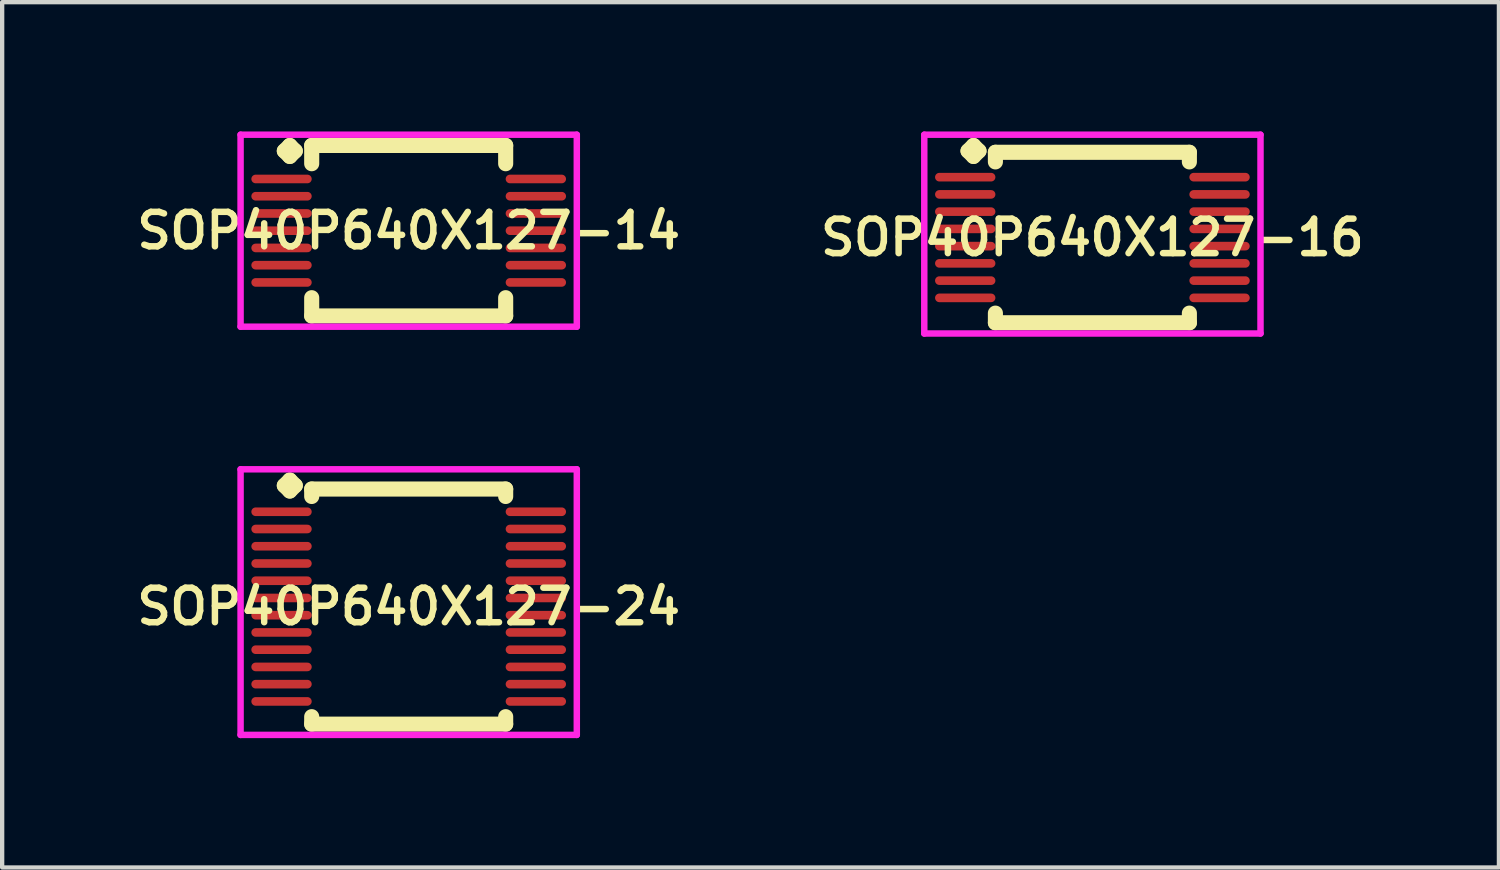
<source format=kicad_pcb>
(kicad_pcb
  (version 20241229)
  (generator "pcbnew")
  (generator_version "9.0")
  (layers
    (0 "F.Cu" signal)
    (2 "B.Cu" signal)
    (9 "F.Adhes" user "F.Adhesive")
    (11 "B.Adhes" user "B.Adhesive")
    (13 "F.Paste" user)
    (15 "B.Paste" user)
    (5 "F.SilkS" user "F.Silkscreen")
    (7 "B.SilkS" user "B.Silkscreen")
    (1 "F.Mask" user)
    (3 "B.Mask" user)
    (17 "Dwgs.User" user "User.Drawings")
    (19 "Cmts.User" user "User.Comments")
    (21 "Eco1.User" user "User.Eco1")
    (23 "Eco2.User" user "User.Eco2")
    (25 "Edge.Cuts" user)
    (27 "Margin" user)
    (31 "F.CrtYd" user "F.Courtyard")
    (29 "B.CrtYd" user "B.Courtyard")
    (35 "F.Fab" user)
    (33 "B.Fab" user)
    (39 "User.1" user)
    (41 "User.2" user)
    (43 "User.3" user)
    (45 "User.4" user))
  (footprint "SOP40P640X127-24"
    (layer "F.Cu")
    (at 6.431 11.022)
    (property "Reference" "SOP40P640X127-24" (at 0 0 0) (layer "F.SilkS") (effects (font (size 0.8 0.8) (thickness 0.15))))
    (attr smd)
    (fp_line (start -2.885 -2.808) (end -2.758 -2.935) (stroke (width 0.35) (type solid)) (layer "F.SilkS"))
    (fp_line (start -2.758 -2.935) (end -2.631 -2.808) (stroke (width 0.35) (type solid)) (layer "F.SilkS"))
    (fp_line (start -2.758 -2.681) (end -2.885 -2.808) (stroke (width 0.35) (type solid)) (layer "F.SilkS"))
    (fp_line (start -2.631 -2.808) (end -2.758 -2.681) (stroke (width 0.35) (type solid)) (layer "F.SilkS"))
    (fp_line (start -2.25 -2.727) (end 2.25 -2.727) (stroke (width 0.35) (type solid)) (layer "F.SilkS"))
    (fp_line (start -2.25 -2.554) (end -2.25 -2.727) (stroke (width 0.35) (type solid)) (layer "F.SilkS"))
    (fp_line (start -2.25 2.554) (end -2.25 2.727) (stroke (width 0.35) (type solid)) (layer "F.SilkS"))
    (fp_line (start -2.25 2.727) (end 2.25 2.727) (stroke (width 0.35) (type solid)) (layer "F.SilkS"))
    (fp_line (start 2.25 -2.727) (end 2.25 -2.554) (stroke (width 0.35) (type solid)) (layer "F.SilkS"))
    (fp_line (start 2.25 2.727) (end 2.25 2.554) (stroke (width 0.35) (type solid)) (layer "F.SilkS"))
    (fp_line (start -3.9 -3.185) (end 3.9 -3.185) (stroke (width 0.15) (type solid)) (layer "F.CrtYd"))
    (fp_line (start -3.9 2.977) (end -3.9 -3.185) (stroke (width 0.15) (type solid)) (layer "F.CrtYd"))
    (fp_line (start 3.9 -3.185) (end 3.9 2.977) (stroke (width 0.15) (type solid)) (layer "F.CrtYd"))
    (fp_line (start 3.9 2.977) (end -3.9 2.977) (stroke (width 0.15) (type solid)) (layer "F.CrtYd"))
    (pad "1" smd oval (at -2.95 -2.2) (size 1.4 0.2) (layers "F.Cu" "F.Mask" "F.Paste"))
    (pad "2" smd oval (at -2.95 -1.8) (size 1.4 0.2) (layers "F.Cu" "F.Mask" "F.Paste"))
    (pad "3" smd oval (at -2.95 -1.4) (size 1.4 0.2) (layers "F.Cu" "F.Mask" "F.Paste"))
    (pad "4" smd oval (at -2.95 -1) (size 1.4 0.2) (layers "F.Cu" "F.Mask" "F.Paste"))
    (pad "5" smd oval (at -2.95 -0.6) (size 1.4 0.2) (layers "F.Cu" "F.Mask" "F.Paste"))
    (pad "6" smd oval (at -2.95 -0.2) (size 1.4 0.2) (layers "F.Cu" "F.Mask" "F.Paste"))
    (pad "7" smd oval (at -2.95 0.2) (size 1.4 0.2) (layers "F.Cu" "F.Mask" "F.Paste"))
    (pad "8" smd oval (at -2.95 0.6) (size 1.4 0.2) (layers "F.Cu" "F.Mask" "F.Paste"))
    (pad "9" smd oval (at -2.95 1) (size 1.4 0.2) (layers "F.Cu" "F.Mask" "F.Paste"))
    (pad "10" smd oval (at -2.95 1.4) (size 1.4 0.2) (layers "F.Cu" "F.Mask" "F.Paste"))
    (pad "11" smd oval (at -2.95 1.8) (size 1.4 0.2) (layers "F.Cu" "F.Mask" "F.Paste"))
    (pad "12" smd oval (at -2.95 2.2) (size 1.4 0.2) (layers "F.Cu" "F.Mask" "F.Paste"))
    (pad "13" smd oval (at 2.95 2.2) (size 1.4 0.2) (layers "F.Cu" "F.Mask" "F.Paste"))
    (pad "14" smd oval (at 2.95 1.8) (size 1.4 0.2) (layers "F.Cu" "F.Mask" "F.Paste"))
    (pad "15" smd oval (at 2.95 1.4) (size 1.4 0.2) (layers "F.Cu" "F.Mask" "F.Paste"))
    (pad "16" smd oval (at 2.95 1) (size 1.4 0.2) (layers "F.Cu" "F.Mask" "F.Paste"))
    (pad "17" smd oval (at 2.95 0.6) (size 1.4 0.2) (layers "F.Cu" "F.Mask" "F.Paste"))
    (pad "18" smd oval (at 2.95 0.2) (size 1.4 0.2) (layers "F.Cu" "F.Mask" "F.Paste"))
    (pad "19" smd oval (at 2.95 -0.2) (size 1.4 0.2) (layers "F.Cu" "F.Mask" "F.Paste"))
    (pad "20" smd oval (at 2.95 -0.6) (size 1.4 0.2) (layers "F.Cu" "F.Mask" "F.Paste"))
    (pad "21" smd oval (at 2.95 -1) (size 1.4 0.2) (layers "F.Cu" "F.Mask" "F.Paste"))
    (pad "22" smd oval (at 2.95 -1.4) (size 1.4 0.2) (layers "F.Cu" "F.Mask" "F.Paste"))
    (pad "23" smd oval (at 2.95 -1.8) (size 1.4 0.2) (layers "F.Cu" "F.Mask" "F.Paste"))
    (pad "24" smd oval (at 2.95 -2.2) (size 1.4 0.2) (layers "F.Cu" "F.Mask" "F.Paste")))
  (footprint "SOP40P640X127-16"
    (layer "F.Cu")
    (at 22.292 2.46)
    (property "Reference" "SOP40P640X127-16" (at 0 0 0) (layer "F.SilkS") (effects (font (size 0.8 0.8) (thickness 0.15))))
    (attr smd)
    (fp_line (start -2.885 -2.008) (end -2.758 -2.135) (stroke (width 0.35) (type solid)) (layer "F.SilkS"))
    (fp_line (start -2.758 -2.135) (end -2.631 -2.008) (stroke (width 0.35) (type solid)) (layer "F.SilkS"))
    (fp_line (start -2.758 -1.881) (end -2.885 -2.008) (stroke (width 0.35) (type solid)) (layer "F.SilkS"))
    (fp_line (start -2.631 -2.008) (end -2.758 -1.881) (stroke (width 0.35) (type solid)) (layer "F.SilkS"))
    (fp_line (start -2.25 -1.977) (end 2.25 -1.977) (stroke (width 0.35) (type solid)) (layer "F.SilkS"))
    (fp_line (start -2.25 -1.754) (end -2.25 -1.977) (stroke (width 0.35) (type solid)) (layer "F.SilkS"))
    (fp_line (start -2.25 1.754) (end -2.25 1.977) (stroke (width 0.35) (type solid)) (layer "F.SilkS"))
    (fp_line (start -2.25 1.977) (end 2.25 1.977) (stroke (width 0.35) (type solid)) (layer "F.SilkS"))
    (fp_line (start 2.25 -1.977) (end 2.25 -1.754) (stroke (width 0.35) (type solid)) (layer "F.SilkS"))
    (fp_line (start 2.25 1.977) (end 2.25 1.754) (stroke (width 0.35) (type solid)) (layer "F.SilkS"))
    (fp_line (start -3.9 -2.385) (end 3.9 -2.385) (stroke (width 0.15) (type solid)) (layer "F.CrtYd"))
    (fp_line (start -3.9 2.227) (end -3.9 -2.385) (stroke (width 0.15) (type solid)) (layer "F.CrtYd"))
    (fp_line (start 3.9 -2.385) (end 3.9 2.227) (stroke (width 0.15) (type solid)) (layer "F.CrtYd"))
    (fp_line (start 3.9 2.227) (end -3.9 2.227) (stroke (width 0.15) (type solid)) (layer "F.CrtYd"))
    (pad "1" smd oval (at -2.95 -1.4) (size 1.4 0.2) (layers "F.Cu" "F.Mask" "F.Paste"))
    (pad "2" smd oval (at -2.95 -1) (size 1.4 0.2) (layers "F.Cu" "F.Mask" "F.Paste"))
    (pad "3" smd oval (at -2.95 -0.6) (size 1.4 0.2) (layers "F.Cu" "F.Mask" "F.Paste"))
    (pad "4" smd oval (at -2.95 -0.2) (size 1.4 0.2) (layers "F.Cu" "F.Mask" "F.Paste"))
    (pad "5" smd oval (at -2.95 0.2) (size 1.4 0.2) (layers "F.Cu" "F.Mask" "F.Paste"))
    (pad "6" smd oval (at -2.95 0.6) (size 1.4 0.2) (layers "F.Cu" "F.Mask" "F.Paste"))
    (pad "7" smd oval (at -2.95 1) (size 1.4 0.2) (layers "F.Cu" "F.Mask" "F.Paste"))
    (pad "8" smd oval (at -2.95 1.4) (size 1.4 0.2) (layers "F.Cu" "F.Mask" "F.Paste"))
    (pad "9" smd oval (at 2.95 1.4) (size 1.4 0.2) (layers "F.Cu" "F.Mask" "F.Paste"))
    (pad "10" smd oval (at 2.95 1) (size 1.4 0.2) (layers "F.Cu" "F.Mask" "F.Paste"))
    (pad "11" smd oval (at 2.95 0.6) (size 1.4 0.2) (layers "F.Cu" "F.Mask" "F.Paste"))
    (pad "12" smd oval (at 2.95 0.2) (size 1.4 0.2) (layers "F.Cu" "F.Mask" "F.Paste"))
    (pad "13" smd oval (at 2.95 -0.2) (size 1.4 0.2) (layers "F.Cu" "F.Mask" "F.Paste"))
    (pad "14" smd oval (at 2.95 -0.6) (size 1.4 0.2) (layers "F.Cu" "F.Mask" "F.Paste"))
    (pad "15" smd oval (at 2.95 -1) (size 1.4 0.2) (layers "F.Cu" "F.Mask" "F.Paste"))
    (pad "16" smd oval (at 2.95 -1.4) (size 1.4 0.2) (layers "F.Cu" "F.Mask" "F.Paste")))
  (footprint "SOP40P640X127-14"
    (layer "F.Cu")
    (at 6.431 2.302)
    (property "Reference" "SOP40P640X127-14" (at 0 0 0) (layer "F.SilkS") (effects (font (size 0.8 0.8) (thickness 0.15))))
    (attr smd)
    (fp_line (start -2.885 -1.85) (end -2.758 -1.977) (stroke (width 0.35) (type solid)) (layer "F.SilkS"))
    (fp_line (start -2.758 -1.977) (end -2.631 -1.85) (stroke (width 0.35) (type solid)) (layer "F.SilkS"))
    (fp_line (start -2.758 -1.723) (end -2.885 -1.85) (stroke (width 0.35) (type solid)) (layer "F.SilkS"))
    (fp_line (start -2.631 -1.85) (end -2.758 -1.723) (stroke (width 0.35) (type solid)) (layer "F.SilkS"))
    (fp_line (start -2.25 -1.977) (end 2.25 -1.977) (stroke (width 0.35) (type solid)) (layer "F.SilkS"))
    (fp_line (start -2.25 -1.554) (end -2.25 -1.977) (stroke (width 0.35) (type solid)) (layer "F.SilkS"))
    (fp_line (start -2.25 1.554) (end -2.25 1.977) (stroke (width 0.35) (type solid)) (layer "F.SilkS"))
    (fp_line (start -2.25 1.977) (end 2.25 1.977) (stroke (width 0.35) (type solid)) (layer "F.SilkS"))
    (fp_line (start 2.25 -1.977) (end 2.25 -1.554) (stroke (width 0.35) (type solid)) (layer "F.SilkS"))
    (fp_line (start 2.25 1.977) (end 2.25 1.554) (stroke (width 0.35) (type solid)) (layer "F.SilkS"))
    (fp_line (start -3.9 -2.227) (end 3.9 -2.227) (stroke (width 0.15) (type solid)) (layer "F.CrtYd"))
    (fp_line (start -3.9 2.227) (end -3.9 -2.227) (stroke (width 0.15) (type solid)) (layer "F.CrtYd"))
    (fp_line (start 3.9 -2.227) (end 3.9 2.227) (stroke (width 0.15) (type solid)) (layer "F.CrtYd"))
    (fp_line (start 3.9 2.227) (end -3.9 2.227) (stroke (width 0.15) (type solid)) (layer "F.CrtYd"))
    (pad "1" smd oval (at -2.95 -1.2) (size 1.4 0.2) (layers "F.Cu" "F.Mask" "F.Paste"))
    (pad "2" smd oval (at -2.95 -0.8) (size 1.4 0.2) (layers "F.Cu" "F.Mask" "F.Paste"))
    (pad "3" smd oval (at -2.95 -0.4) (size 1.4 0.2) (layers "F.Cu" "F.Mask" "F.Paste"))
    (pad "4" smd oval (at -2.95 0) (size 1.4 0.2) (layers "F.Cu" "F.Mask" "F.Paste"))
    (pad "5" smd oval (at -2.95 0.4) (size 1.4 0.2) (layers "F.Cu" "F.Mask" "F.Paste"))
    (pad "6" smd oval (at -2.95 0.8) (size 1.4 0.2) (layers "F.Cu" "F.Mask" "F.Paste"))
    (pad "7" smd oval (at -2.95 1.2) (size 1.4 0.2) (layers "F.Cu" "F.Mask" "F.Paste"))
    (pad "8" smd oval (at 2.95 1.2) (size 1.4 0.2) (layers "F.Cu" "F.Mask" "F.Paste"))
    (pad "9" smd oval (at 2.95 0.8) (size 1.4 0.2) (layers "F.Cu" "F.Mask" "F.Paste"))
    (pad "10" smd oval (at 2.95 0.4) (size 1.4 0.2) (layers "F.Cu" "F.Mask" "F.Paste"))
    (pad "11" smd oval (at 2.95 0) (size 1.4 0.2) (layers "F.Cu" "F.Mask" "F.Paste"))
    (pad "12" smd oval (at 2.95 -0.4) (size 1.4 0.2) (layers "F.Cu" "F.Mask" "F.Paste"))
    (pad "13" smd oval (at 2.95 -0.8) (size 1.4 0.2) (layers "F.Cu" "F.Mask" "F.Paste"))
    (pad "14" smd oval (at 2.95 -1.2) (size 1.4 0.2) (layers "F.Cu" "F.Mask" "F.Paste")))
  (gr_rect
    (start -3 -3)
    (end 31.723 17.074)
    (stroke (width 0.1) (type default))
    (fill no)
    (layer "Edge.Cuts")))
</source>
